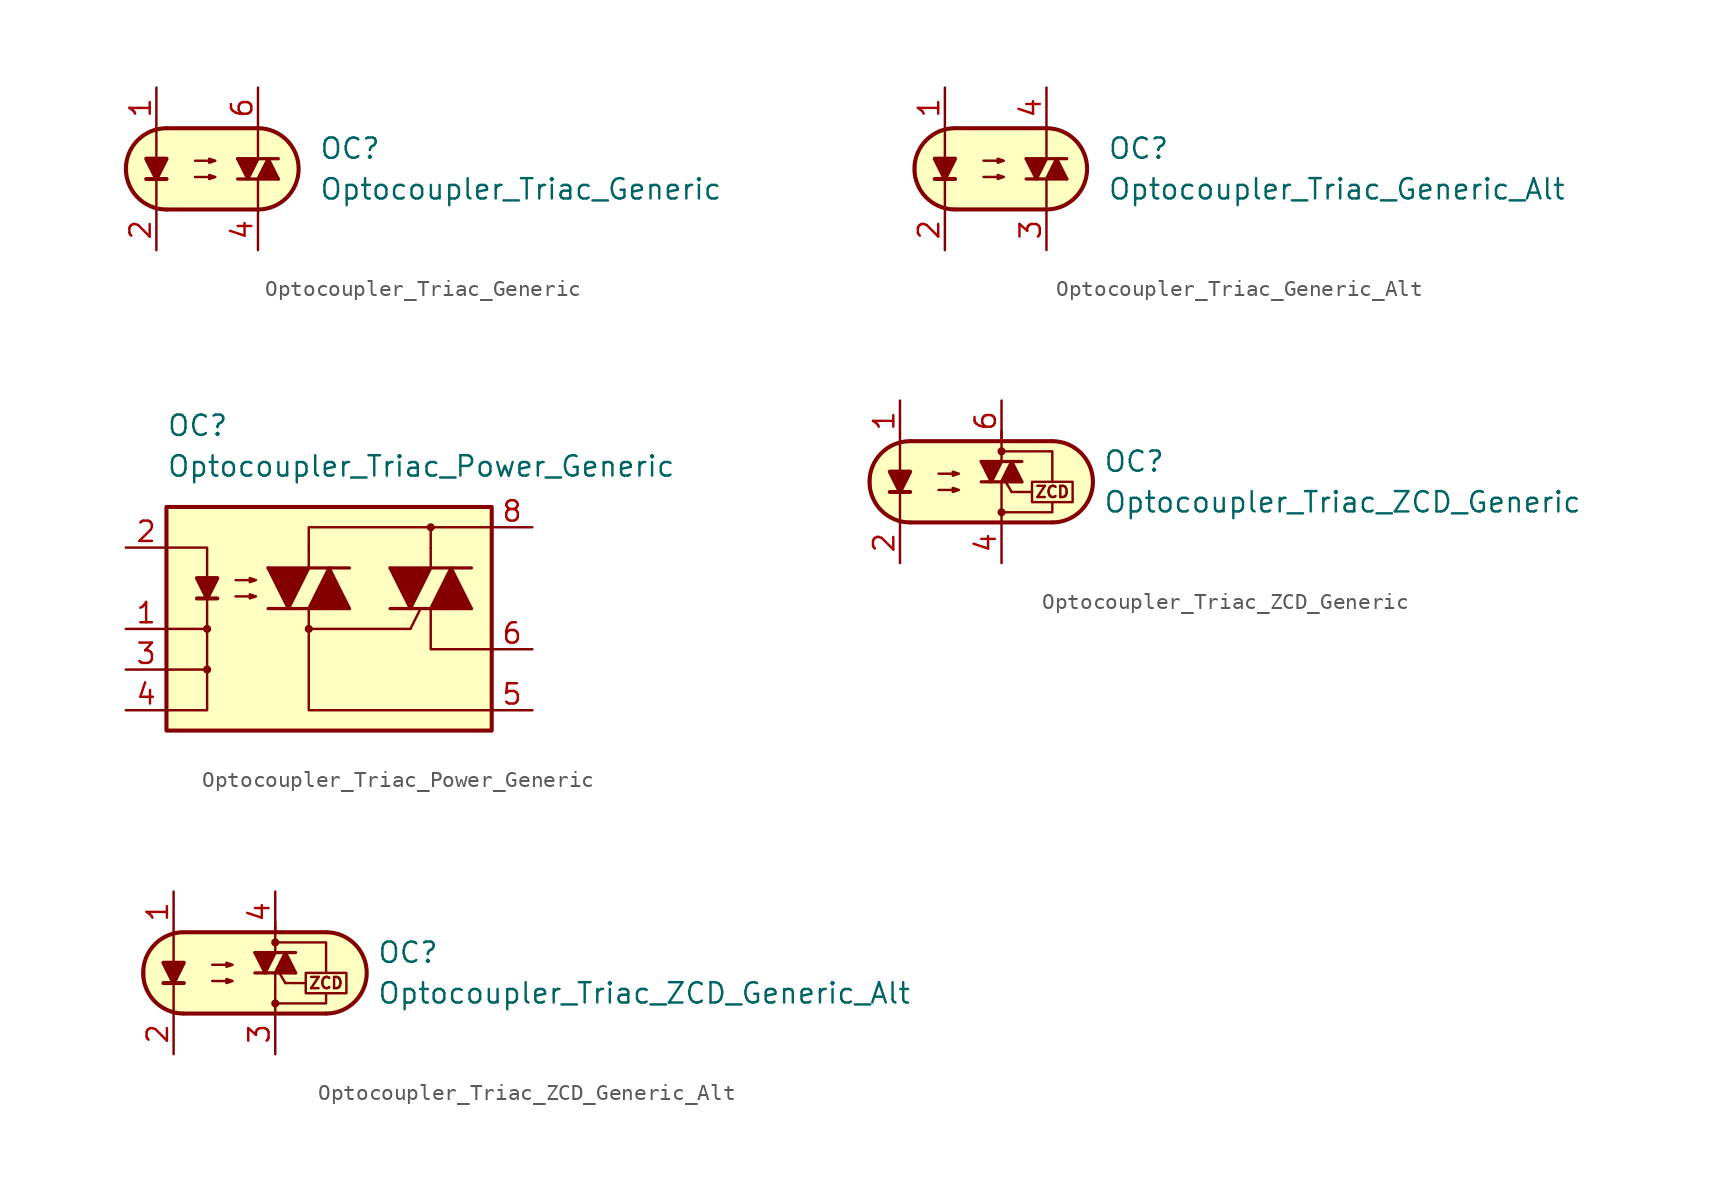
<source format=kicad_sym>
(kicad_symbol_lib
  (version 20211014)
  (generator kicad_symbol_editor)
  (symbol "Optocoupler_Triac_AKL:Optocoupler_Triac_Generic"
    (pin_names
      (offset 1.016))
    (property "Reference" "OC"
      (at 7.62 1.27 0)
      (effects (font (size 1.27 1.27)) (justify left)))
    (property "Value" "Optocoupler_Triac_Generic"
      (at 7.62 -1.27 0)
      (effects (font (size 1.27 1.27)) (justify left)))
    (symbol "Optocoupler_Triac_Generic_0_1"
      (arc (start -1.9275 2.54) (mid -4.4451 0) (end -1.9275 -2.54) (stroke (width 0.254) (type default) (color 0 0 0 0)) (fill (type none)))
      (polyline (pts (xy -3.175 -0.635) (xy -1.905 -0.635)) (stroke (width 0.254) (type default) (color 0 0 0 0)) (fill (type none)))
      (polyline (pts (xy -1.905 2.54) (xy 3.81 2.54)) (stroke (width 0.254) (type default) (color 0 0 0 0)) (fill (type none)))
      (polyline (pts (xy 3.81 -2.54) (xy -1.905 -2.54)) (stroke (width 0.254) (type default) (color 0 0 0 0)) (fill (type none)))
      (polyline (pts (xy 3.81 -0.635) (xy 3.81 -2.54)) (stroke (width 0.152) (type default) (color 0 0 0 0)) (fill (type none)))
      (polyline (pts (xy 3.81 2.54) (xy 3.81 0.635)) (stroke (width 0.152) (type default) (color 0 0 0 0)) (fill (type none)))
      (polyline (pts (xy -2.54 -2.54) (xy -2.54 -1.27) (xy -2.54 2.54)) (stroke (width 0.152) (type default) (color 0 0 0 0)) (fill (type none)))
      (polyline (pts (xy -2.54 -0.635) (xy -3.175 0.635) (xy -1.905 0.635) (xy -2.54 -0.635)) (stroke (width 0.254) (type default) (color 0 0 0 0)) (fill (type outline)))
      (polyline (pts (xy -0.127 -0.508) (xy 1.143 -0.508) (xy 0.762 -0.635) (xy 0.762 -0.381) (xy 1.143 -0.508)) (stroke (width 0) (type default) (color 0 0 0 0)) (fill (type none)))
      (polyline (pts (xy -0.127 0.508) (xy 1.143 0.508) (xy 0.762 0.381) (xy 0.762 0.635) (xy 1.143 0.508)) (stroke (width 0) (type default) (color 0 0 0 0)) (fill (type none)))
      (polyline (pts (xy -1.27 2.54) (xy 3.937 2.54) (xy 4.699 2.413) (xy 5.08 2.159) (xy 5.461 1.905) (xy 5.969 1.397) (xy 6.223 0.635) (xy 6.35 0) (xy 6.223 -0.762) (xy 5.842 -1.524) (xy 5.207 -2.159) (xy 4.191 -2.54) (xy -2.54 -2.54) (xy -2.54 -2.54) (xy -3.302 -2.032) (xy -3.81 -1.778) (xy -4.318 -0.508) (xy -4.318 0.254) (xy -4.318 1.016) (xy -3.81 1.778) (xy -3.048 2.286) (xy -2.286 2.54) (xy -1.27 2.54)) (stroke (width 0.01) (type default) (color 0 0 0 0)) (fill (type background)))
      (arc (start 3.8325 -2.54) (mid 6.3501 0) (end 3.8325 2.54) (stroke (width 0.254) (type default) (color 0 0 0 0)) (fill (type none))))
    (symbol "Optocoupler_Triac_Generic_1_1"
      (polyline (pts (xy 2.54 -0.635) (xy 5.08 -0.635)) (stroke (width 0.203) (type default) (color 0 0 0 0)) (fill (type none)))
      (polyline (pts (xy 2.54 0.635) (xy 5.08 0.635)) (stroke (width 0.203) (type default) (color 0 0 0 0)) (fill (type none)))
      (polyline (pts (xy 2.54 0.635) (xy 3.175 -0.635) (xy 3.81 0.635)) (stroke (width 0.203) (type default) (color 0 0 0 0)) (fill (type outline)))
      (polyline (pts (xy 3.81 -0.635) (xy 4.445 0.635) (xy 5.08 -0.635)) (stroke (width 0.203) (type default) (color 0 0 0 0)) (fill (type outline)))
      (pin passive line (at -2.54 5.08 270) (length 2.54) (name "~" (effects (font (size 1.27 1.27)))) (number "1" (effects (font (size 1.27 1.27)))))
      (pin passive line (at -2.54 -5.08 90) (length 2.54) (name "~" (effects (font (size 1.27 1.27)))) (number "2" (effects (font (size 1.27 1.27)))))
      (pin passive line (at 3.81 -5.08 90) (length 2.54) (name "~" (effects (font (size 1.27 1.27)))) (number "4" (effects (font (size 1.27 1.27)))))
      (pin passive line (at 3.81 5.08 270) (length 2.54) (name "~" (effects (font (size 1.27 1.27)))) (number "6" (effects (font (size 1.27 1.27)))))))
  (symbol "Optocoupler_Triac_AKL:Optocoupler_Triac_Generic_Alt"
    (pin_names
      (offset 1.016))
    (property "Reference" "OC"
      (at 6.35 1.27 0)
      (effects (font (size 1.27 1.27)) (justify left)))
    (property "Value" "Optocoupler_Triac_Generic_Alt"
      (at 6.35 -1.27 0)
      (effects (font (size 1.27 1.27)) (justify left)))
    (symbol "Optocoupler_Triac_Generic_Alt_0_1"
      (arc (start -3.1975 2.54) (mid -5.7151 0) (end -3.1975 -2.54) (stroke (width 0.254) (type default) (color 0 0 0 0)) (fill (type none)))
      (polyline (pts (xy -4.445 -0.635) (xy -3.175 -0.635)) (stroke (width 0.254) (type default) (color 0 0 0 0)) (fill (type none)))
      (polyline (pts (xy -3.175 2.54) (xy 2.54 2.54)) (stroke (width 0.254) (type default) (color 0 0 0 0)) (fill (type none)))
      (polyline (pts (xy 2.54 -2.54) (xy -3.175 -2.54)) (stroke (width 0.254) (type default) (color 0 0 0 0)) (fill (type none)))
      (polyline (pts (xy 2.54 -0.635) (xy 2.54 -2.54)) (stroke (width 0.152) (type default) (color 0 0 0 0)) (fill (type none)))
      (polyline (pts (xy 2.54 2.54) (xy 2.54 0.635)) (stroke (width 0.152) (type default) (color 0 0 0 0)) (fill (type none)))
      (polyline (pts (xy -3.81 -2.54) (xy -3.81 -1.27) (xy -3.81 2.54)) (stroke (width 0.152) (type default) (color 0 0 0 0)) (fill (type none)))
      (polyline (pts (xy -3.81 -0.635) (xy -4.445 0.635) (xy -3.175 0.635) (xy -3.81 -0.635)) (stroke (width 0.254) (type default) (color 0 0 0 0)) (fill (type outline)))
      (polyline (pts (xy -1.397 -0.508) (xy -0.127 -0.508) (xy -0.508 -0.635) (xy -0.508 -0.381) (xy -0.127 -0.508)) (stroke (width 0) (type default) (color 0 0 0 0)) (fill (type none)))
      (polyline (pts (xy -1.397 0.508) (xy -0.127 0.508) (xy -0.508 0.381) (xy -0.508 0.635) (xy -0.127 0.508)) (stroke (width 0) (type default) (color 0 0 0 0)) (fill (type none)))
      (polyline (pts (xy -2.54 2.54) (xy 2.667 2.54) (xy 3.429 2.413) (xy 3.81 2.159) (xy 4.191 1.905) (xy 4.699 1.397) (xy 4.953 0.635) (xy 5.08 0) (xy 4.953 -0.762) (xy 4.572 -1.524) (xy 3.937 -2.159) (xy 2.921 -2.54) (xy -3.81 -2.54) (xy -3.81 -2.54) (xy -4.572 -2.032) (xy -5.08 -1.778) (xy -5.588 -0.508) (xy -5.588 0.254) (xy -5.588 1.016) (xy -5.08 1.778) (xy -4.318 2.286) (xy -3.556 2.54) (xy -2.54 2.54)) (stroke (width 0.01) (type default) (color 0 0 0 0)) (fill (type background)))
      (arc (start 2.5625 -2.54) (mid 5.0801 0) (end 2.5625 2.54) (stroke (width 0.254) (type default) (color 0 0 0 0)) (fill (type none))))
    (symbol "Optocoupler_Triac_Generic_Alt_1_1"
      (polyline (pts (xy 1.27 -0.635) (xy 3.81 -0.635)) (stroke (width 0.203) (type default) (color 0 0 0 0)) (fill (type none)))
      (polyline (pts (xy 1.27 0.635) (xy 3.81 0.635)) (stroke (width 0.203) (type default) (color 0 0 0 0)) (fill (type none)))
      (polyline (pts (xy 1.27 0.635) (xy 1.905 -0.635) (xy 2.54 0.635)) (stroke (width 0.203) (type default) (color 0 0 0 0)) (fill (type outline)))
      (polyline (pts (xy 2.54 -0.635) (xy 3.175 0.635) (xy 3.81 -0.635)) (stroke (width 0.203) (type default) (color 0 0 0 0)) (fill (type outline)))
      (pin passive line (at -3.81 5.08 270) (length 2.54) (name "~" (effects (font (size 1.27 1.27)))) (number "1" (effects (font (size 1.27 1.27)))))
      (pin passive line (at -3.81 -5.08 90) (length 2.54) (name "~" (effects (font (size 1.27 1.27)))) (number "2" (effects (font (size 1.27 1.27)))))
      (pin passive line (at 2.54 -5.08 90) (length 2.54) (name "~" (effects (font (size 1.27 1.27)))) (number "3" (effects (font (size 1.27 1.27)))))
      (pin passive line (at 2.54 5.08 270) (length 2.54) (name "~" (effects (font (size 1.27 1.27)))) (number "4" (effects (font (size 1.27 1.27)))))))
  (symbol "Optocoupler_Triac_AKL:Optocoupler_Triac_Power_Generic"
    (pin_names
      (offset 1.016))
    (property "Reference" "OC"
      (at -6.35 10.16 0)
      (effects (font (size 1.27 1.27)) (justify left)))
    (property "Value" "Optocoupler_Triac_Power_Generic"
      (at -6.35 7.62 0)
      (effects (font (size 1.27 1.27)) (justify left)))
    (symbol "Optocoupler_Triac_Power_Generic_0_0"
      (rectangle (start -6.35 5.08) (end 13.97 -8.89) (stroke (width 0.254) (type default) (color 0 0 0 0)) (fill (type background)))
      (polyline (pts (xy -6.35 -5.08) (xy -3.81 -5.08)) (stroke (width 0) (type default) (color 0 0 0 0)) (fill (type none)))
      (polyline (pts (xy 10.16 2.54) (xy 10.16 3.81)) (stroke (width 0) (type default) (color 0 0 0 0)) (fill (type none)))
      (polyline (pts (xy -6.35 -7.62) (xy -3.81 -7.62) (xy -3.81 -2.54)) (stroke (width 0) (type default) (color 0 0 0 0)) (fill (type none)))
      (polyline (pts (xy 2.54 -1.27) (xy 2.54 -2.54) (xy 8.89 -2.54)) (stroke (width 0) (type default) (color 0 0 0 0)) (fill (type none)))
      (polyline (pts (xy 13.97 -7.62) (xy 2.54 -7.62) (xy 2.54 -2.54)) (stroke (width 0) (type default) (color 0 0 0 0)) (fill (type none)))
      (polyline (pts (xy 13.97 -3.81) (xy 10.16 -3.81) (xy 10.16 -1.27)) (stroke (width 0) (type default) (color 0 0 0 0)) (fill (type none)))
      (polyline (pts (xy 13.97 3.81) (xy 2.54 3.81) (xy 2.54 2.54)) (stroke (width 0) (type default) (color 0 0 0 0)) (fill (type none)))
      (circle (center 2.54 -2.54) (radius 0.178) (stroke (width 0)) (stroke (width 0) (type default) (color 0 0 0 0)) (fill (type outline))))
    (symbol "Optocoupler_Triac_Power_Generic_0_1"
      (polyline (pts (xy -4.445 -0.635) (xy -3.175 -0.635)) (stroke (width 0.254) (type default) (color 0 0 0 0)) (fill (type none)))
      (polyline (pts (xy 2.54 2.54) (xy 2.54 1.27)) (stroke (width 0) (type default) (color 0 0 0 0)) (fill (type none)))
      (polyline (pts (xy -6.35 2.54) (xy -3.81 2.54) (xy -3.81 -0.635)) (stroke (width 0) (type default) (color 0 0 0 0)) (fill (type none)))
      (polyline (pts (xy -3.81 -0.635) (xy -3.81 -2.54) (xy -6.35 -2.54)) (stroke (width 0) (type default) (color 0 0 0 0)) (fill (type none)))
      (polyline (pts (xy -3.81 -0.635) (xy -4.445 0.635) (xy -3.175 0.635) (xy -3.81 -0.635)) (stroke (width 0.254) (type default) (color 0 0 0 0)) (fill (type outline)))
      (polyline (pts (xy -2.032 -0.508) (xy -0.762 -0.508) (xy -1.143 -0.635) (xy -1.143 -0.381) (xy -0.762 -0.508)) (stroke (width 0) (type default) (color 0 0 0 0)) (fill (type none)))
      (polyline (pts (xy -2.032 0.508) (xy -0.762 0.508) (xy -1.143 0.381) (xy -1.143 0.635) (xy -0.762 0.508)) (stroke (width 0) (type default) (color 0 0 0 0)) (fill (type none))))
    (symbol "Optocoupler_Triac_Power_Generic_1_1"
      (circle (center -3.81 -5.08) (radius 0.178) (stroke (width 0)) (stroke (width 0) (type default) (color 0 0 0 0)) (fill (type outline)))
      (circle (center -3.81 -2.54) (radius 0.178) (stroke (width 0)) (stroke (width 0) (type default) (color 0 0 0 0)) (fill (type outline)))
      (polyline (pts (xy 0 -1.27) (xy 5.08 -1.27)) (stroke (width 0.203) (type default) (color 0 0 0 0)) (fill (type none)))
      (polyline (pts (xy 0 1.27) (xy 5.08 1.27)) (stroke (width 0.203) (type default) (color 0 0 0 0)) (fill (type none)))
      (polyline (pts (xy 7.62 -1.27) (xy 12.7 -1.27)) (stroke (width 0.203) (type default) (color 0 0 0 0)) (fill (type none)))
      (polyline (pts (xy 7.62 1.27) (xy 12.7 1.27)) (stroke (width 0.203) (type default) (color 0 0 0 0)) (fill (type none)))
      (polyline (pts (xy 8.89 -2.54) (xy 9.525 -1.27)) (stroke (width 0) (type default) (color 0 0 0 0)) (fill (type none)))
      (polyline (pts (xy 10.16 2.54) (xy 10.16 1.27)) (stroke (width 0) (type default) (color 0 0 0 0)) (fill (type none)))
      (polyline (pts (xy 0 1.27) (xy 1.27 -1.27) (xy 2.54 1.27)) (stroke (width 0.203) (type default) (color 0 0 0 0)) (fill (type outline)))
      (polyline (pts (xy 2.54 -1.27) (xy 3.81 1.27) (xy 5.08 -1.27)) (stroke (width 0.203) (type default) (color 0 0 0 0)) (fill (type outline)))
      (polyline (pts (xy 7.62 1.27) (xy 8.89 -1.27) (xy 10.16 1.27)) (stroke (width 0.203) (type default) (color 0 0 0 0)) (fill (type outline)))
      (polyline (pts (xy 10.16 -1.27) (xy 11.43 1.27) (xy 12.7 -1.27)) (stroke (width 0.203) (type default) (color 0 0 0 0)) (fill (type outline)))
      (circle (center 10.16 3.81) (radius 0.178) (stroke (width 0)) (stroke (width 0) (type default) (color 0 0 0 0)) (fill (type outline)))
      (pin passive line (at -8.89 -2.54 0) (length 2.54) (name "~" (effects (font (size 1.27 1.27)))) (number "1" (effects (font (size 1.27 1.27)))))
      (pin passive line (at -8.89 2.54 0) (length 2.54) (name "~" (effects (font (size 1.27 1.27)))) (number "2" (effects (font (size 1.27 1.27)))))
      (pin passive line (at -8.89 -5.08 0) (length 2.54) (name "~" (effects (font (size 1.27 1.27)))) (number "3" (effects (font (size 1.27 1.27)))))
      (pin passive line (at -8.89 -7.62 0) (length 2.54) (name "~" (effects (font (size 1.27 1.27)))) (number "4" (effects (font (size 1.27 1.27)))))
      (pin passive line (at 16.51 -7.62 180) (length 2.54) (name "~" (effects (font (size 1.27 1.27)))) (number "5" (effects (font (size 1.27 1.27)))))
      (pin passive line (at 16.51 -3.81 180) (length 2.54) (name "~" (effects (font (size 1.27 1.27)))) (number "6" (effects (font (size 1.27 1.27)))))
      (pin passive line (at 16.51 3.81 180) (length 2.54) (name "~" (effects (font (size 1.27 1.27)))) (number "8" (effects (font (size 1.27 1.27)))))))
  (symbol "Optocoupler_Triac_AKL:Optocoupler_Triac_ZCD_Generic"
    (pin_names
      (offset 1.016))
    (property "Reference" "OC"
      (at 7.62 1.27 0)
      (effects (font (size 1.27 1.27)) (justify left)))
    (property "Value" "Optocoupler_Triac_ZCD_Generic"
      (at 7.62 -1.27 0)
      (effects (font (size 1.27 1.27)) (justify left)))
    (symbol "Optocoupler_Triac_ZCD_Generic_0_0"
      (polyline (pts (xy 4.445 -1.27) (xy 4.445 -1.905) (xy 1.27 -1.905)) (stroke (width 0.152) (type default) (color 0 0 0 0)) (fill (type none)))
      (polyline (pts (xy 4.445 0) (xy 4.445 1.905) (xy 1.27 1.905)) (stroke (width 0.152) (type default) (color 0 0 0 0)) (fill (type none)))
      (circle (center 1.27 -1.905) (radius 0.178) (stroke (width 0)) (stroke (width 0) (type default) (color 0 0 0 0)) (fill (type outline)))
      (circle (center 1.27 1.905) (radius 0.178) (stroke (width 0)) (stroke (width 0) (type default) (color 0 0 0 0)) (fill (type outline)))
      (text "ZCD" (at 4.445 -0.635 0) (effects (font (size 0.7 0.7)))))
    (symbol "Optocoupler_Triac_ZCD_Generic_0_1"
      (arc (start -4.4675 2.54) (mid -6.9851 0) (end -4.4675 -2.54) (stroke (width 0.254) (type default) (color 0 0 0 0)) (fill (type none)))
      (polyline (pts (xy -5.715 -0.635) (xy -4.445 -0.635)) (stroke (width 0.254) (type default) (color 0 0 0 0)) (fill (type none)))
      (polyline (pts (xy -4.445 2.54) (xy 4.445 2.54)) (stroke (width 0.254) (type default) (color 0 0 0 0)) (fill (type none)))
      (polyline (pts (xy 1.27 0) (xy 1.27 -2.54)) (stroke (width 0.152) (type default) (color 0 0 0 0)) (fill (type none)))
      (polyline (pts (xy 1.27 3.175) (xy 1.27 1.27)) (stroke (width 0.152) (type default) (color 0 0 0 0)) (fill (type none)))
      (polyline (pts (xy 1.905 -0.635) (xy 1.524 0)) (stroke (width 0.152) (type default) (color 0 0 0 0)) (fill (type none)))
      (polyline (pts (xy 2.54 -0.635) (xy 1.905 -0.635)) (stroke (width 0.152) (type default) (color 0 0 0 0)) (fill (type none)))
      (polyline (pts (xy 2.54 -0.635) (xy 3.175 -0.635)) (stroke (width 0.152) (type default) (color 0 0 0 0)) (fill (type none)))
      (polyline (pts (xy 4.445 -2.54) (xy -4.445 -2.54)) (stroke (width 0.254) (type default) (color 0 0 0 0)) (fill (type none)))
      (polyline (pts (xy -5.08 -2.54) (xy -5.08 -1.27) (xy -5.08 2.54)) (stroke (width 0.152) (type default) (color 0 0 0 0)) (fill (type none)))
      (polyline (pts (xy -5.08 -0.635) (xy -5.715 0.635) (xy -4.445 0.635) (xy -5.08 -0.635)) (stroke (width 0.254) (type default) (color 0 0 0 0)) (fill (type outline)))
      (polyline (pts (xy -2.667 -0.508) (xy -1.397 -0.508) (xy -1.778 -0.635) (xy -1.778 -0.381) (xy -1.397 -0.508)) (stroke (width 0) (type default) (color 0 0 0 0)) (fill (type none)))
      (polyline (pts (xy -2.667 0.508) (xy -1.397 0.508) (xy -1.778 0.381) (xy -1.778 0.635) (xy -1.397 0.508)) (stroke (width 0) (type default) (color 0 0 0 0)) (fill (type none)))
      (polyline (pts (xy -3.81 2.54) (xy 1.397 2.54) (xy 2.159 2.54) (xy 4.064 2.54) (xy 5.207 2.413) (xy 6.223 1.905) (xy 6.858 0.889) (xy 6.985 0) (xy 6.858 -0.889) (xy 6.35 -1.651) (xy 5.461 -2.286) (xy 4.572 -2.54) (xy -5.08 -2.54) (xy -5.08 -2.54) (xy -5.842 -2.032) (xy -6.35 -1.778) (xy -6.858 -0.508) (xy -6.858 0.254) (xy -6.858 1.016) (xy -6.35 1.778) (xy -5.588 2.286) (xy -4.826 2.54) (xy -3.81 2.54)) (stroke (width 0.01) (type default) (color 0 0 0 0)) (fill (type background)))
      (rectangle (start 3.175 0) (end 5.715 -1.27) (stroke (width 0.152) (type default) (color 0 0 0 0)) (fill (type none)))
      (arc (start 4.4675 -2.54) (mid 6.9851 0) (end 4.4675 2.54) (stroke (width 0.254) (type default) (color 0 0 0 0)) (fill (type none))))
    (symbol "Optocoupler_Triac_ZCD_Generic_1_1"
      (polyline (pts (xy 0 0) (xy 2.54 0)) (stroke (width 0.203) (type default) (color 0 0 0 0)) (fill (type none)))
      (polyline (pts (xy 0 1.27) (xy 2.54 1.27)) (stroke (width 0.203) (type default) (color 0 0 0 0)) (fill (type none)))
      (polyline (pts (xy 0 1.27) (xy 0.635 0) (xy 1.27 1.27)) (stroke (width 0.203) (type default) (color 0 0 0 0)) (fill (type outline)))
      (polyline (pts (xy 1.27 0) (xy 1.905 1.27) (xy 2.54 0)) (stroke (width 0.203) (type default) (color 0 0 0 0)) (fill (type outline)))
      (pin passive line (at -5.08 5.08 270) (length 2.54) (name "~" (effects (font (size 1.27 1.27)))) (number "1" (effects (font (size 1.27 1.27)))))
      (pin passive line (at -5.08 -5.08 90) (length 2.54) (name "~" (effects (font (size 1.27 1.27)))) (number "2" (effects (font (size 1.27 1.27)))))
      (pin passive line (at 1.27 -5.08 90) (length 2.54) (name "~" (effects (font (size 1.27 1.27)))) (number "4" (effects (font (size 1.27 1.27)))))
      (pin passive line (at 1.27 5.08 270) (length 2.54) (name "~" (effects (font (size 1.27 1.27)))) (number "6" (effects (font (size 1.27 1.27)))))))
  (symbol "Optocoupler_Triac_AKL:Optocoupler_Triac_ZCD_Generic_Alt"
    (pin_names
      (offset 1.016))
    (property "Reference" "OC"
      (at 7.62 1.27 0)
      (effects (font (size 1.27 1.27)) (justify left)))
    (property "Value" "Optocoupler_Triac_ZCD_Generic_Alt"
      (at 7.62 -1.27 0)
      (effects (font (size 1.27 1.27)) (justify left)))
    (symbol "Optocoupler_Triac_ZCD_Generic_Alt_0_0"
      (polyline (pts (xy 4.445 -1.27) (xy 4.445 -1.905) (xy 1.27 -1.905)) (stroke (width 0.152) (type default) (color 0 0 0 0)) (fill (type none)))
      (polyline (pts (xy 4.445 0) (xy 4.445 1.905) (xy 1.27 1.905)) (stroke (width 0.152) (type default) (color 0 0 0 0)) (fill (type none)))
      (circle (center 1.27 -1.905) (radius 0.178) (stroke (width 0)) (stroke (width 0) (type default) (color 0 0 0 0)) (fill (type outline)))
      (circle (center 1.27 1.905) (radius 0.178) (stroke (width 0)) (stroke (width 0) (type default) (color 0 0 0 0)) (fill (type outline)))
      (text "ZCD" (at 4.445 -0.635 0) (effects (font (size 0.7 0.7)))))
    (symbol "Optocoupler_Triac_ZCD_Generic_Alt_0_1"
      (arc (start -4.4675 2.54) (mid -6.9851 0) (end -4.4675 -2.54) (stroke (width 0.254) (type default) (color 0 0 0 0)) (fill (type none)))
      (polyline (pts (xy -5.715 -0.635) (xy -4.445 -0.635)) (stroke (width 0.254) (type default) (color 0 0 0 0)) (fill (type none)))
      (polyline (pts (xy -4.445 2.54) (xy 4.445 2.54)) (stroke (width 0.254) (type default) (color 0 0 0 0)) (fill (type none)))
      (polyline (pts (xy 1.27 0) (xy 1.27 -2.54)) (stroke (width 0.152) (type default) (color 0 0 0 0)) (fill (type none)))
      (polyline (pts (xy 1.27 3.175) (xy 1.27 1.27)) (stroke (width 0.152) (type default) (color 0 0 0 0)) (fill (type none)))
      (polyline (pts (xy 1.905 -0.635) (xy 1.524 0)) (stroke (width 0.152) (type default) (color 0 0 0 0)) (fill (type none)))
      (polyline (pts (xy 2.54 -0.635) (xy 1.905 -0.635)) (stroke (width 0.152) (type default) (color 0 0 0 0)) (fill (type none)))
      (polyline (pts (xy 2.54 -0.635) (xy 3.175 -0.635)) (stroke (width 0.152) (type default) (color 0 0 0 0)) (fill (type none)))
      (polyline (pts (xy 4.445 -2.54) (xy -4.445 -2.54)) (stroke (width 0.254) (type default) (color 0 0 0 0)) (fill (type none)))
      (polyline (pts (xy -5.08 -2.54) (xy -5.08 -1.27) (xy -5.08 2.54)) (stroke (width 0.152) (type default) (color 0 0 0 0)) (fill (type none)))
      (polyline (pts (xy -5.08 -0.635) (xy -5.715 0.635) (xy -4.445 0.635) (xy -5.08 -0.635)) (stroke (width 0.254) (type default) (color 0 0 0 0)) (fill (type outline)))
      (polyline (pts (xy -2.667 -0.508) (xy -1.397 -0.508) (xy -1.778 -0.635) (xy -1.778 -0.381) (xy -1.397 -0.508)) (stroke (width 0) (type default) (color 0 0 0 0)) (fill (type none)))
      (polyline (pts (xy -2.667 0.508) (xy -1.397 0.508) (xy -1.778 0.381) (xy -1.778 0.635) (xy -1.397 0.508)) (stroke (width 0) (type default) (color 0 0 0 0)) (fill (type none)))
      (polyline (pts (xy -3.81 2.54) (xy 1.397 2.54) (xy 2.159 2.54) (xy 4.064 2.54) (xy 5.207 2.413) (xy 6.223 1.905) (xy 6.858 0.889) (xy 6.985 0) (xy 6.858 -0.889) (xy 6.35 -1.651) (xy 5.461 -2.286) (xy 4.572 -2.54) (xy -5.08 -2.54) (xy -5.08 -2.54) (xy -5.842 -2.032) (xy -6.35 -1.778) (xy -6.858 -0.508) (xy -6.858 0.254) (xy -6.858 1.016) (xy -6.35 1.778) (xy -5.588 2.286) (xy -4.826 2.54) (xy -3.81 2.54)) (stroke (width 0.01) (type default) (color 0 0 0 0)) (fill (type background)))
      (rectangle (start 3.175 0) (end 5.715 -1.27) (stroke (width 0.152) (type default) (color 0 0 0 0)) (fill (type none)))
      (arc (start 4.4675 -2.54) (mid 6.9851 0) (end 4.4675 2.54) (stroke (width 0.254) (type default) (color 0 0 0 0)) (fill (type none))))
    (symbol "Optocoupler_Triac_ZCD_Generic_Alt_1_1"
      (polyline (pts (xy 0 0) (xy 2.54 0)) (stroke (width 0.203) (type default) (color 0 0 0 0)) (fill (type none)))
      (polyline (pts (xy 0 1.27) (xy 2.54 1.27)) (stroke (width 0.203) (type default) (color 0 0 0 0)) (fill (type none)))
      (polyline (pts (xy 0 1.27) (xy 0.635 0) (xy 1.27 1.27)) (stroke (width 0.203) (type default) (color 0 0 0 0)) (fill (type outline)))
      (polyline (pts (xy 1.27 0) (xy 1.905 1.27) (xy 2.54 0)) (stroke (width 0.203) (type default) (color 0 0 0 0)) (fill (type outline)))
      (pin passive line (at -5.08 5.08 270) (length 2.54) (name "~" (effects (font (size 1.27 1.27)))) (number "1" (effects (font (size 1.27 1.27)))))
      (pin passive line (at -5.08 -5.08 90) (length 2.54) (name "~" (effects (font (size 1.27 1.27)))) (number "2" (effects (font (size 1.27 1.27)))))
      (pin passive line (at 1.27 -5.08 90) (length 2.54) (name "~" (effects (font (size 1.27 1.27)))) (number "3" (effects (font (size 1.27 1.27)))))
      (pin passive line (at 1.27 5.08 270) (length 2.54) (name "~" (effects (font (size 1.27 1.27)))) (number "4" (effects (font (size 1.27 1.27))))))))
</source>
